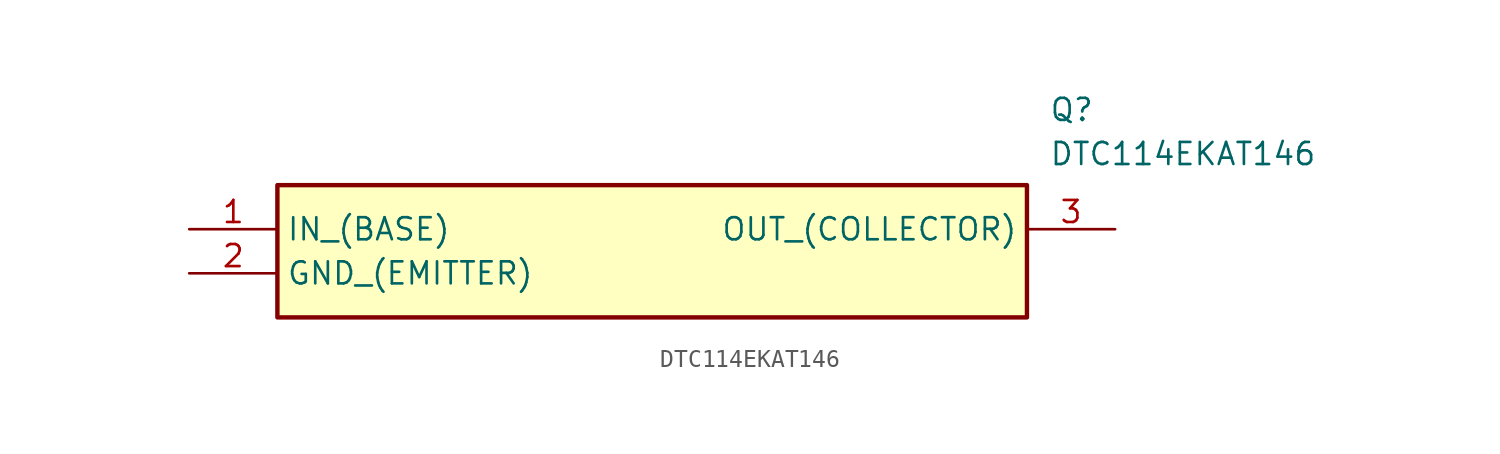
<source format=kicad_sym>
(kicad_symbol_lib
  (version 20211014)
  (generator SamacSys_ECAD_Model)
  (symbol "DTC114EKAT146"
    (property "Reference" "Q"
      (at 49.53 7.62 0)
      (effects (font (size 1.27 1.27)) (justify left top)))
    (property "Value" "DTC114EKAT146"
      (at 49.53 5.08 0)
      (effects (font (size 1.27 1.27)) (justify left top)))
    (rectangle
      (start 5.08 2.54)
      (end 48.26 -5.08)
      (stroke (width 0.254) (type default))
      (fill (type background)))
    (pin passive line
      (at 0 0 0)
      (length 5.08)
      (name "IN_(BASE)" (effects (font (size 1.27 1.27))))
      (number "1" (effects (font (size 1.27 1.27)))))
    (pin passive line
      (at 0 -2.54 0)
      (length 5.08)
      (name "GND_(EMITTER)" (effects (font (size 1.27 1.27))))
      (number "2" (effects (font (size 1.27 1.27)))))
    (pin passive line
      (at 53.34 0 180)
      (length 5.08)
      (name "OUT_(COLLECTOR)" (effects (font (size 1.27 1.27))))
      (number "3" (effects (font (size 1.27 1.27)))))))
</source>
